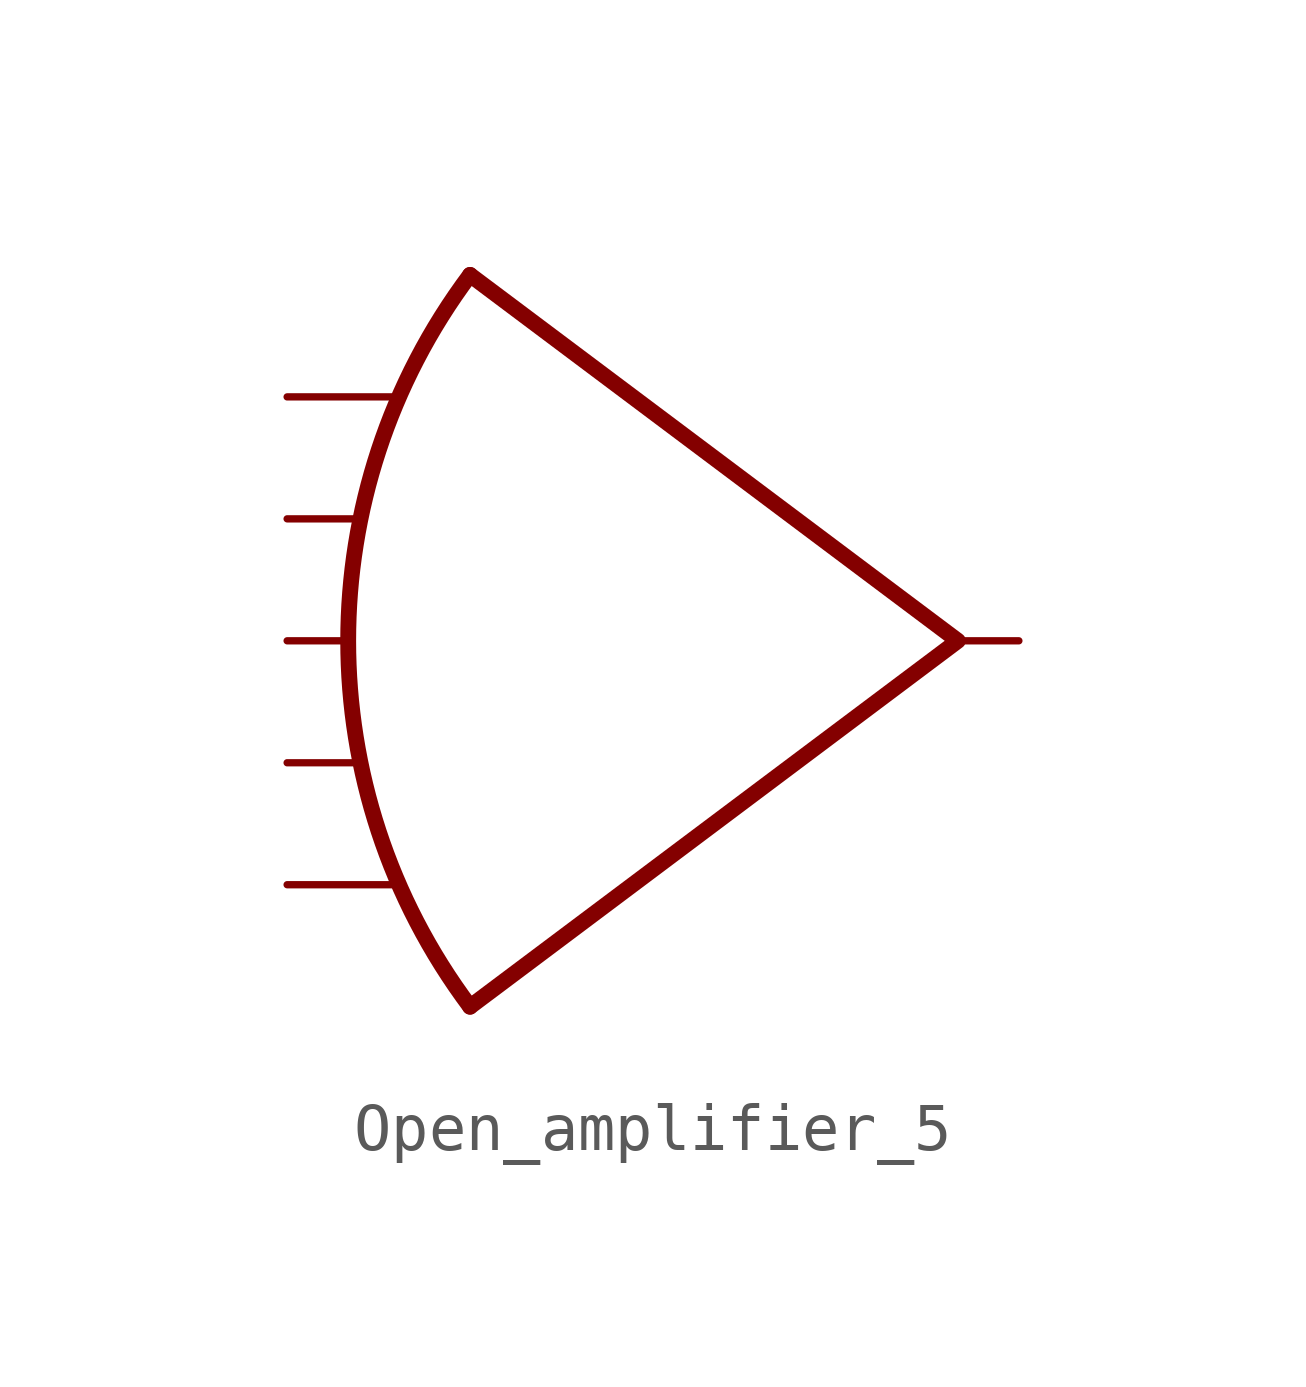
<source format=kicad_sym>
(kicad_symbol_lib
  (version 20211014)
  (generator kicad_symbol_editor)
  (symbol "Open_amplifier_5"
    (property "Reference" "U"
      (at 6.35 10.16 0)
      (effects (font (size 1.27 1.27)) hide))
    (symbol "Open_amplifier_5_0_1"
      (arc (start -5.08 7.62) (mid -7.6182 0) (end -5.08 -7.62) (stroke (width 0.33) (type default) (color 0 0 0 0)) (fill (type none)))
      (polyline (pts (xy -5.08 7.62) (xy 5.08 0) (xy -5.08 -7.62)) (stroke (width 0.33) (type default) (color 0 0 0 0)) (fill (type none))))
    (symbol "Open_amplifier_5_1_1"
      (pin input line (at -8.89 -5.08 0) (length 2.3) (name "" (effects (font (size 1.27 1.27)))) (number "" (effects (font (size 1.27 1.27)))))
      (pin input line (at -8.89 -2.54 0) (length 1.4) (name "" (effects (font (size 1.27 1.27)))) (number "" (effects (font (size 1.27 1.27)))))
      (pin input line (at -8.89 0 0) (length 1.27) (name "" (effects (font (size 1.27 1.27)))) (number "" (effects (font (size 1.27 1.27)))))
      (pin input line (at -8.89 2.54 0) (length 1.4) (name "" (effects (font (size 1.27 1.27)))) (number "" (effects (font (size 1.27 1.27)))))
      (pin input line (at -8.89 5.08 0) (length 2.3) (name "" (effects (font (size 1.27 1.27)))) (number "" (effects (font (size 1.27 1.27)))))
      (pin output line (at 6.35 0 180) (length 1.27) (name "" (effects (font (size 1.27 1.27)))) (number "" (effects (font (size 1.27 1.27))))))))
</source>
